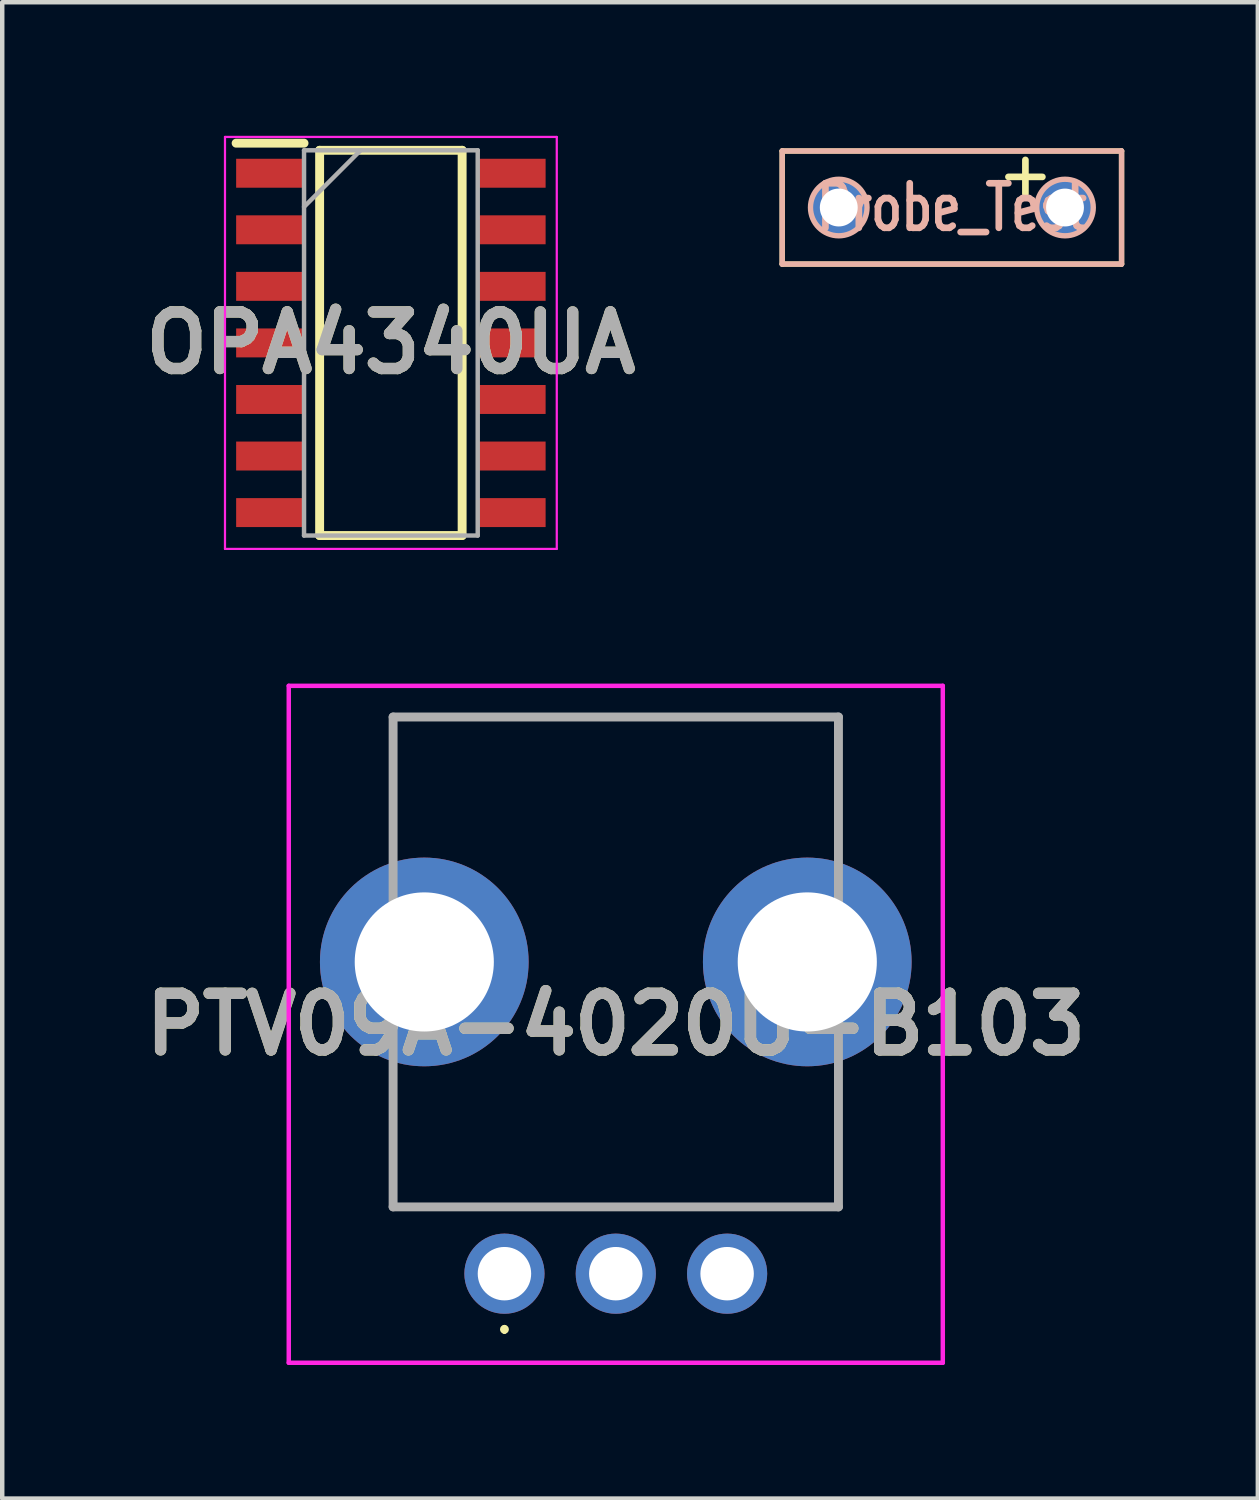
<source format=kicad_pcb>
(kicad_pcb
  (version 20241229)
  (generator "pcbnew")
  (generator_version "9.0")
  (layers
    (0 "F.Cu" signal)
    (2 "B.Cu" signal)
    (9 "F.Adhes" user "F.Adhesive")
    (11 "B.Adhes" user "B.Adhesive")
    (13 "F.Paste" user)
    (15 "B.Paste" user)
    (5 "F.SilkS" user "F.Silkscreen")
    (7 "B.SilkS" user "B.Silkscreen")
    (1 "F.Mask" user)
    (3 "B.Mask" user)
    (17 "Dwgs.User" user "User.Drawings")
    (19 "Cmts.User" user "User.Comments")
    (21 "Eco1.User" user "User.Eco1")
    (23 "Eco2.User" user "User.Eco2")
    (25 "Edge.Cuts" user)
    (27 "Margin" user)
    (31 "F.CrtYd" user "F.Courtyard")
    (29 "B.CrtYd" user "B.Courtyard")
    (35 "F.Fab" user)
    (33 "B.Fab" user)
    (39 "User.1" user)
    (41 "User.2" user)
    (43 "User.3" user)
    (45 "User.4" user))
  (footprint "OPA4340UA"
    (layer "F.Cu")
    (at 5.727 4.65)
    (property "Reference" "OPA4340UA" (at 0 0 0) (layer "F.SilkS") (effects (font (size 1.27 1.27) (thickness 0.254))))
    (attr smd)
    (fp_line (start -3.475 -4.485) (end -1.95 -4.485) (stroke (width 0.2) (type solid)) (layer "F.SilkS"))
    (fp_line (start -1.6 -4.325) (end 1.6 -4.325) (stroke (width 0.2) (type solid)) (layer "F.SilkS"))
    (fp_line (start -1.6 4.325) (end -1.6 -4.325) (stroke (width 0.2) (type solid)) (layer "F.SilkS"))
    (fp_line (start 1.6 -4.325) (end 1.6 4.325) (stroke (width 0.2) (type solid)) (layer "F.SilkS"))
    (fp_line (start 1.6 4.325) (end -1.6 4.325) (stroke (width 0.2) (type solid)) (layer "F.SilkS"))
    (fp_line (start -3.725 -4.625) (end 3.725 -4.625) (stroke (width 0.05) (type solid)) (layer "F.CrtYd"))
    (fp_line (start -3.725 4.625) (end -3.725 -4.625) (stroke (width 0.05) (type solid)) (layer "F.CrtYd"))
    (fp_line (start 3.725 -4.625) (end 3.725 4.625) (stroke (width 0.05) (type solid)) (layer "F.CrtYd"))
    (fp_line (start 3.725 4.625) (end -3.725 4.625) (stroke (width 0.05) (type solid)) (layer "F.CrtYd"))
    (fp_line (start -1.95 -4.325) (end 1.95 -4.325) (stroke (width 0.1) (type solid)) (layer "F.Fab"))
    (fp_line (start -1.95 -3.055) (end -0.68 -4.325) (stroke (width 0.1) (type solid)) (layer "F.Fab"))
    (fp_line (start -1.95 4.325) (end -1.95 -4.325) (stroke (width 0.1) (type solid)) (layer "F.Fab"))
    (fp_line (start 1.95 -4.325) (end 1.95 4.325) (stroke (width 0.1) (type solid)) (layer "F.Fab"))
    (fp_line (start 1.95 4.325) (end -1.95 4.325) (stroke (width 0.1) (type solid)) (layer "F.Fab"))
    (fp_text user "${REFERENCE}" (at 0 0 0) (layer "F.Fab") (effects (font (size 1.27 1.27) (thickness 0.254))))
    (pad "1" smd rect (at -2.712 -3.81 90) (size 0.65 1.525) (layers "F.Cu" "F.Mask" "F.Paste"))
    (pad "2" smd rect (at -2.712 -2.54 90) (size 0.65 1.525) (layers "F.Cu" "F.Mask" "F.Paste"))
    (pad "3" smd rect (at -2.712 -1.27 90) (size 0.65 1.525) (layers "F.Cu" "F.Mask" "F.Paste"))
    (pad "4" smd rect (at -2.712 0 90) (size 0.65 1.525) (layers "F.Cu" "F.Mask" "F.Paste"))
    (pad "5" smd rect (at -2.712 1.27 90) (size 0.65 1.525) (layers "F.Cu" "F.Mask" "F.Paste"))
    (pad "6" smd rect (at -2.712 2.54 90) (size 0.65 1.525) (layers "F.Cu" "F.Mask" "F.Paste"))
    (pad "7" smd rect (at -2.712 3.81 90) (size 0.65 1.525) (layers "F.Cu" "F.Mask" "F.Paste"))
    (pad "8" smd rect (at 2.712 3.81 90) (size 0.65 1.525) (layers "F.Cu" "F.Mask" "F.Paste"))
    (pad "9" smd rect (at 2.712 2.54 90) (size 0.65 1.525) (layers "F.Cu" "F.Mask" "F.Paste"))
    (pad "10" smd rect (at 2.712 1.27 90) (size 0.65 1.525) (layers "F.Cu" "F.Mask" "F.Paste"))
    (pad "11" smd rect (at 2.712 0 90) (size 0.65 1.525) (layers "F.Cu" "F.Mask" "F.Paste"))
    (pad "12" smd rect (at 2.712 -1.27 90) (size 0.65 1.525) (layers "F.Cu" "F.Mask" "F.Paste"))
    (pad "13" smd rect (at 2.712 -2.54 90) (size 0.65 1.525) (layers "F.Cu" "F.Mask" "F.Paste"))
    (pad "14" smd rect (at 2.712 -3.81 90) (size 0.65 1.525) (layers "F.Cu" "F.Mask" "F.Paste")))
  (footprint "Probe_Test"
    (layer "F.Cu")
    (at 18.324 1.61)
    (property "Reference" "Probe_Test" (at 0 0 0) (layer "B.SilkS") (effects (font (size 1 0.75) (thickness 0.15))))
    (attr through_hole)
    (fp_line (start -3.81 -1.27) (end -3.81 1.27) (stroke (width 0.12) (type solid)) (layer "F.SilkS"))
    (fp_line (start -3.81 1.27) (end 3.81 1.27) (stroke (width 0.12) (type solid)) (layer "F.SilkS"))
    (fp_line (start 3.81 -1.27) (end -3.81 -1.27) (stroke (width 0.12) (type solid)) (layer "F.SilkS"))
    (fp_line (start 3.81 1.27) (end 3.81 -1.27) (stroke (width 0.12) (type solid)) (layer "F.SilkS"))
    (fp_line (start -3.81 -1.27) (end 3.81 -1.27) (stroke (width 0.12) (type solid)) (layer "B.SilkS"))
    (fp_line (start -3.81 1.27) (end -3.81 -1.27) (stroke (width 0.12) (type solid)) (layer "B.SilkS"))
    (fp_line (start 3.81 -1.27) (end 3.81 1.27) (stroke (width 0.12) (type solid)) (layer "B.SilkS"))
    (fp_line (start 3.81 1.27) (end -3.81 1.27) (stroke (width 0.12) (type solid)) (layer "B.SilkS"))
    (fp_circle (center -2.54 0) (end -2.54 -0.635) (stroke (width 0.12) (type solid)) (fill no) (layer "B.SilkS"))
    (fp_circle (center 2.54 0) (end 2.54 -0.635) (stroke (width 0.12) (type solid)) (fill no) (layer "B.SilkS"))
    (fp_text user "+" (at 1.651 -0.762 0) (layer "F.SilkS") (effects (font (size 1 1) (thickness 0.15))))
    (pad "1" thru_hole circle (at 2.54 0) (size 1.25 1.25) (drill 0.85) (layers "*.Cu" "*.Mask"))
    (pad "2" thru_hole circle (at -2.54 0) (size 1.25 1.25) (drill 0.85) (layers "*.Cu" "*.Mask")))
  (footprint "PTV09A-4020U-B103"
    (layer "F.Cu")
    (at 8.277 25.55)
    (property "Reference" "PTV09A-4020U-B103" (at 2.5 -5.6 0) (layer "F.SilkS") (effects (font (size 1.27 1.27) (thickness 0.254))))
    (attr through_hole)
    (fp_line (start -2.5 -12.5) (end 7.5 -12.5) (stroke (width 0.1) (type solid)) (layer "F.SilkS"))
    (fp_line (start -2.5 -10) (end -2.5 -12.5) (stroke (width 0.1) (type solid)) (layer "F.SilkS"))
    (fp_line (start -2.5 -4) (end -2.5 -1.5) (stroke (width 0.1) (type solid)) (layer "F.SilkS"))
    (fp_line (start -2.5 -1.5) (end 7.5 -1.5) (stroke (width 0.1) (type solid)) (layer "F.SilkS"))
    (fp_line (start 0 1.2) (end 0 1.2) (stroke (width 0.1) (type solid)) (layer "F.SilkS"))
    (fp_line (start 0 1.3) (end 0 1.3) (stroke (width 0.1) (type solid)) (layer "F.SilkS"))
    (fp_line (start 7.5 -12.5) (end 7.5 -10) (stroke (width 0.1) (type solid)) (layer "F.SilkS"))
    (fp_line (start 7.5 -1.5) (end 7.5 -4) (stroke (width 0.1) (type solid)) (layer "F.SilkS"))
    (fp_arc (start 0 1.2) (mid 0.05 1.25) (end 0 1.3) (stroke (width 0.1) (type solid)) (layer "F.SilkS"))
    (fp_arc (start 0 1.3) (mid -0.05 1.25) (end 0 1.2) (stroke (width 0.1) (type solid)) (layer "F.SilkS"))
    (fp_line (start -4.843 -13.2) (end 9.843 -13.2) (stroke (width 0.1) (type solid)) (layer "F.CrtYd"))
    (fp_line (start -4.843 2) (end -4.843 -13.2) (stroke (width 0.1) (type solid)) (layer "F.CrtYd"))
    (fp_line (start 9.843 -13.2) (end 9.843 2) (stroke (width 0.1) (type solid)) (layer "F.CrtYd"))
    (fp_line (start 9.843 2) (end -4.843 2) (stroke (width 0.1) (type solid)) (layer "F.CrtYd"))
    (fp_line (start -2.5 -12.5) (end 7.5 -12.5) (stroke (width 0.2) (type solid)) (layer "F.Fab"))
    (fp_line (start -2.5 -1.5) (end -2.5 -12.5) (stroke (width 0.2) (type solid)) (layer "F.Fab"))
    (fp_line (start 7.5 -12.5) (end 7.5 -1.5) (stroke (width 0.2) (type solid)) (layer "F.Fab"))
    (fp_line (start 7.5 -1.5) (end -2.5 -1.5) (stroke (width 0.2) (type solid)) (layer "F.Fab"))
    (fp_text user "${REFERENCE}" (at 2.5 -5.6 0) (layer "F.Fab") (effects (font (size 1.27 1.27) (thickness 0.254))))
    (pad "1" thru_hole circle (at 0 0) (size 1.8 1.8) (drill 1.2) (layers "*.Cu" "*.Mask"))
    (pad "2" thru_hole circle (at 2.5 0) (size 1.8 1.8) (drill 1.2) (layers "*.Cu" "*.Mask"))
    (pad "3" thru_hole circle (at 5 0) (size 1.8 1.8) (drill 1.2) (layers "*.Cu" "*.Mask"))
    (pad "MH1" thru_hole circle (at -1.8 -7) (size 4.686 4.686) (drill 3.124) (layers "*.Cu" "*.Mask"))
    (pad "MH2" thru_hole circle (at 6.8 -7) (size 4.686 4.686) (drill 3.124) (layers "*.Cu" "*.Mask")))
  (gr_rect
    (start -3 -3)
    (end 25.194 30.6)
    (stroke (width 0.1) (type default))
    (fill no)
    (layer "Edge.Cuts")))
</source>
